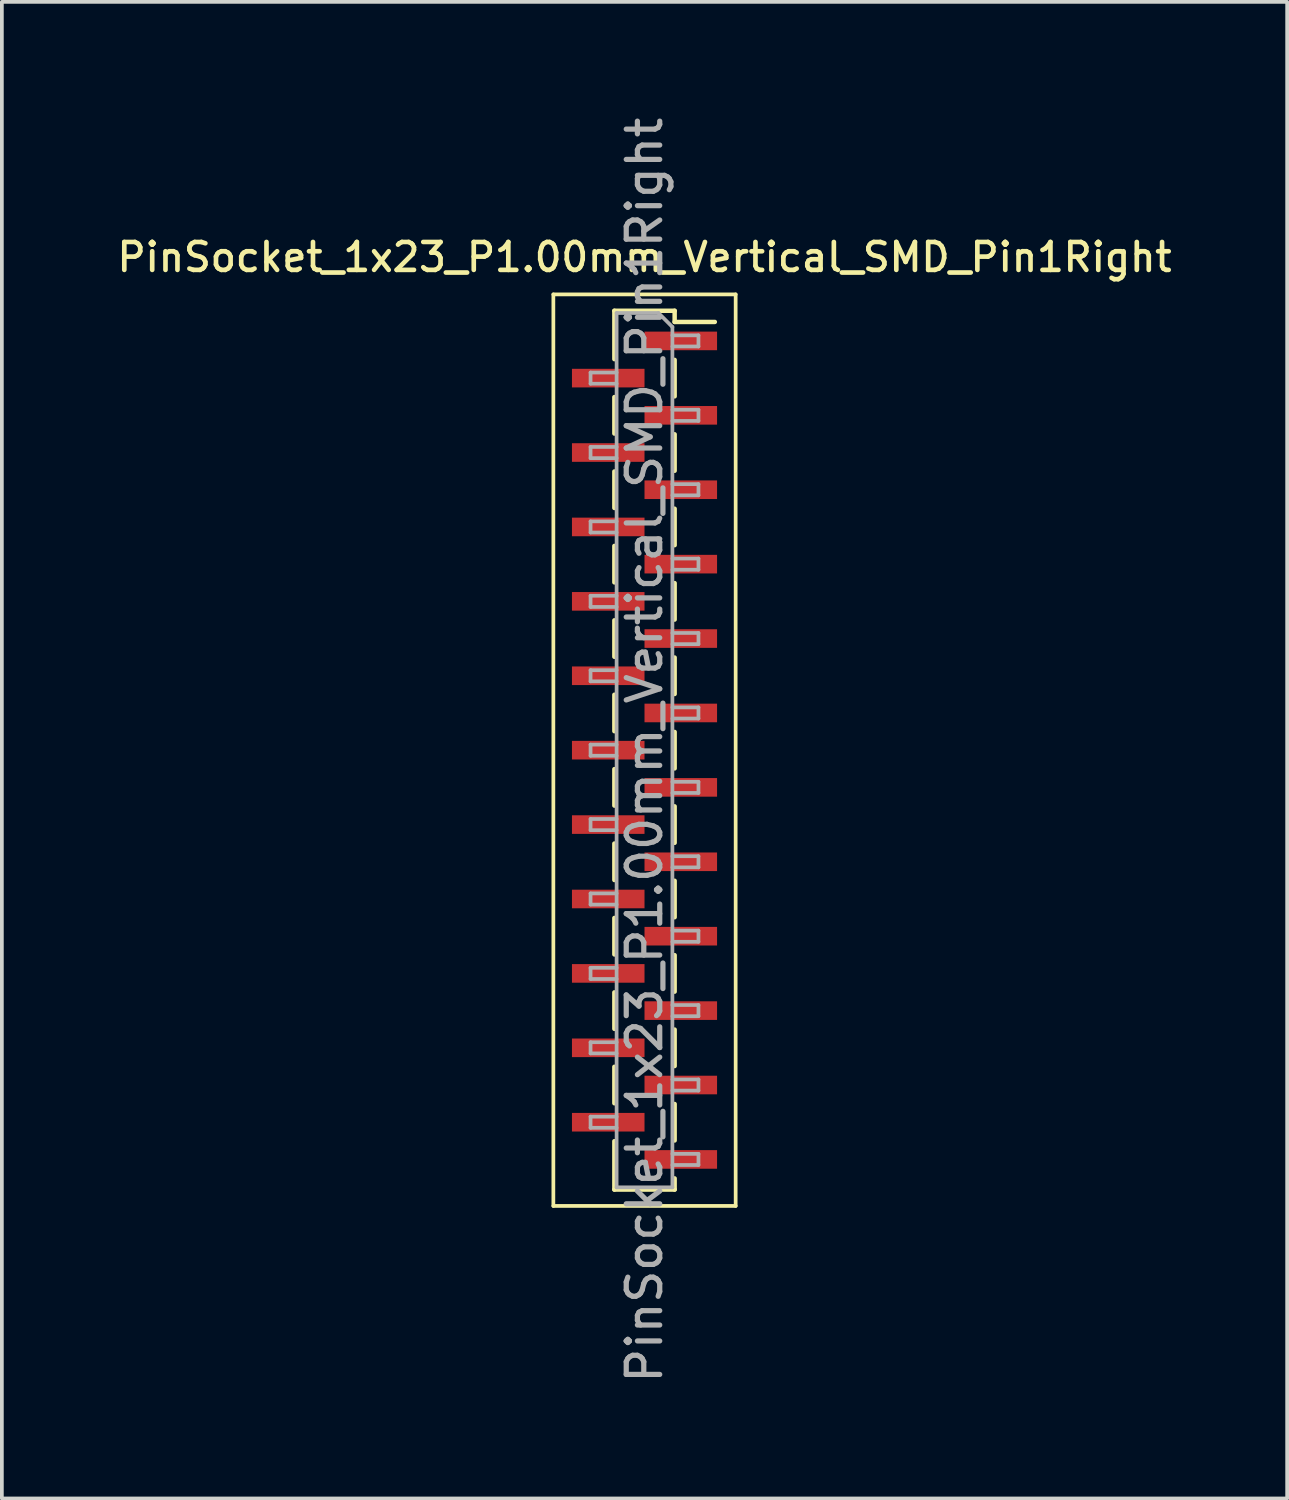
<source format=kicad_pcb>
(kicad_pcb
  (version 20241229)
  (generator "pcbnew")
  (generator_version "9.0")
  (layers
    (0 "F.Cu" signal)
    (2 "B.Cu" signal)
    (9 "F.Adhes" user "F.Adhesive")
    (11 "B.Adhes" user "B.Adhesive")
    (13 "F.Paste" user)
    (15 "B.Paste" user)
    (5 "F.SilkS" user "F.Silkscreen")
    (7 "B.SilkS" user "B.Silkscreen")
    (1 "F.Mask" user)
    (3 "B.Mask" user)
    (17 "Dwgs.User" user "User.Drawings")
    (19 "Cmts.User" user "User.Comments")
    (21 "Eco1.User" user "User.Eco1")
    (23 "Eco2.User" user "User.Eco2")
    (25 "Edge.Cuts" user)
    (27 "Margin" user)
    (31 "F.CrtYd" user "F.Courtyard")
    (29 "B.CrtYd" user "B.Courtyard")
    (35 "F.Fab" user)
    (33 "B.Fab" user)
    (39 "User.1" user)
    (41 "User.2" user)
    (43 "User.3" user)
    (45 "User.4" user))
  (footprint "PinSocket_1x23_P1.00mm_Vertical_SMD_Pin1Right"
    (layer "F.Cu")
    (at 14.273 17.113)
    (property "Reference" "PinSocket_1x23_P1.00mm_Vertical_SMD_Pin1Right" (at 0 -13.25 0) (layer "F.SilkS") (effects (font (size 0.75 0.75) (thickness 0.125))))
    (attr smd)
    (fp_line (start -2.45 -12.25) (end 2.45 -12.25) (stroke (width 0.1) (type solid)) (layer "F.SilkS"))
    (fp_line (start -2.45 12.25) (end -2.45 -12.25) (stroke (width 0.1) (type solid)) (layer "F.SilkS"))
    (fp_line (start -0.81 -11.81) (end -0.81 -10.51) (stroke (width 0.12) (type solid)) (layer "F.SilkS"))
    (fp_line (start -0.81 -11.81) (end 0.81 -11.81) (stroke (width 0.12) (type solid)) (layer "F.SilkS"))
    (fp_line (start -0.81 -9.49) (end -0.81 -8.51) (stroke (width 0.12) (type solid)) (layer "F.SilkS"))
    (fp_line (start -0.81 -7.49) (end -0.81 -6.51) (stroke (width 0.12) (type solid)) (layer "F.SilkS"))
    (fp_line (start -0.81 -5.49) (end -0.81 -4.51) (stroke (width 0.12) (type solid)) (layer "F.SilkS"))
    (fp_line (start -0.81 -3.49) (end -0.81 -2.51) (stroke (width 0.12) (type solid)) (layer "F.SilkS"))
    (fp_line (start -0.81 -1.49) (end -0.81 -0.51) (stroke (width 0.12) (type solid)) (layer "F.SilkS"))
    (fp_line (start -0.81 0.51) (end -0.81 1.49) (stroke (width 0.12) (type solid)) (layer "F.SilkS"))
    (fp_line (start -0.81 2.51) (end -0.81 3.49) (stroke (width 0.12) (type solid)) (layer "F.SilkS"))
    (fp_line (start -0.81 4.51) (end -0.81 5.49) (stroke (width 0.12) (type solid)) (layer "F.SilkS"))
    (fp_line (start -0.81 6.51) (end -0.81 7.49) (stroke (width 0.12) (type solid)) (layer "F.SilkS"))
    (fp_line (start -0.81 8.51) (end -0.81 9.49) (stroke (width 0.12) (type solid)) (layer "F.SilkS"))
    (fp_line (start -0.81 10.51) (end -0.81 11.81) (stroke (width 0.12) (type solid)) (layer "F.SilkS"))
    (fp_line (start -0.81 11.81) (end 0.81 11.81) (stroke (width 0.12) (type solid)) (layer "F.SilkS"))
    (fp_line (start 0.81 -11.81) (end 0.81 -11.51) (stroke (width 0.12) (type solid)) (layer "F.SilkS"))
    (fp_line (start 0.81 -11.51) (end 1.89 -11.51) (stroke (width 0.12) (type solid)) (layer "F.SilkS"))
    (fp_line (start 0.81 -10.49) (end 0.81 -9.51) (stroke (width 0.12) (type solid)) (layer "F.SilkS"))
    (fp_line (start 0.81 -8.49) (end 0.81 -7.51) (stroke (width 0.12) (type solid)) (layer "F.SilkS"))
    (fp_line (start 0.81 -6.49) (end 0.81 -5.51) (stroke (width 0.12) (type solid)) (layer "F.SilkS"))
    (fp_line (start 0.81 -4.49) (end 0.81 -3.51) (stroke (width 0.12) (type solid)) (layer "F.SilkS"))
    (fp_line (start 0.81 -2.49) (end 0.81 -1.51) (stroke (width 0.12) (type solid)) (layer "F.SilkS"))
    (fp_line (start 0.81 -0.49) (end 0.81 0.49) (stroke (width 0.12) (type solid)) (layer "F.SilkS"))
    (fp_line (start 0.81 1.51) (end 0.81 2.49) (stroke (width 0.12) (type solid)) (layer "F.SilkS"))
    (fp_line (start 0.81 3.51) (end 0.81 4.49) (stroke (width 0.12) (type solid)) (layer "F.SilkS"))
    (fp_line (start 0.81 5.51) (end 0.81 6.49) (stroke (width 0.12) (type solid)) (layer "F.SilkS"))
    (fp_line (start 0.81 7.51) (end 0.81 8.49) (stroke (width 0.12) (type solid)) (layer "F.SilkS"))
    (fp_line (start 0.81 9.51) (end 0.81 10.49) (stroke (width 0.12) (type solid)) (layer "F.SilkS"))
    (fp_line (start 0.81 11.51) (end 0.81 11.81) (stroke (width 0.12) (type solid)) (layer "F.SilkS"))
    (fp_line (start 2.45 -12.25) (end 2.45 12.25) (stroke (width 0.1) (type solid)) (layer "F.SilkS"))
    (fp_line (start 2.45 12.25) (end -2.45 12.25) (stroke (width 0.1) (type solid)) (layer "F.SilkS"))
    (fp_line (start -1.45 -10.15) (end -0.75 -10.15) (stroke (width 0.1) (type solid)) (layer "F.Fab"))
    (fp_line (start -1.45 -9.85) (end -1.45 -10.15) (stroke (width 0.1) (type solid)) (layer "F.Fab"))
    (fp_line (start -1.45 -8.15) (end -0.75 -8.15) (stroke (width 0.1) (type solid)) (layer "F.Fab"))
    (fp_line (start -1.45 -7.85) (end -1.45 -8.15) (stroke (width 0.1) (type solid)) (layer "F.Fab"))
    (fp_line (start -1.45 -6.15) (end -0.75 -6.15) (stroke (width 0.1) (type solid)) (layer "F.Fab"))
    (fp_line (start -1.45 -5.85) (end -1.45 -6.15) (stroke (width 0.1) (type solid)) (layer "F.Fab"))
    (fp_line (start -1.45 -4.15) (end -0.75 -4.15) (stroke (width 0.1) (type solid)) (layer "F.Fab"))
    (fp_line (start -1.45 -3.85) (end -1.45 -4.15) (stroke (width 0.1) (type solid)) (layer "F.Fab"))
    (fp_line (start -1.45 -2.15) (end -0.75 -2.15) (stroke (width 0.1) (type solid)) (layer "F.Fab"))
    (fp_line (start -1.45 -1.85) (end -1.45 -2.15) (stroke (width 0.1) (type solid)) (layer "F.Fab"))
    (fp_line (start -1.45 -0.15) (end -0.75 -0.15) (stroke (width 0.1) (type solid)) (layer "F.Fab"))
    (fp_line (start -1.45 0.15) (end -1.45 -0.15) (stroke (width 0.1) (type solid)) (layer "F.Fab"))
    (fp_line (start -1.45 1.85) (end -0.75 1.85) (stroke (width 0.1) (type solid)) (layer "F.Fab"))
    (fp_line (start -1.45 2.15) (end -1.45 1.85) (stroke (width 0.1) (type solid)) (layer "F.Fab"))
    (fp_line (start -1.45 3.85) (end -0.75 3.85) (stroke (width 0.1) (type solid)) (layer "F.Fab"))
    (fp_line (start -1.45 4.15) (end -1.45 3.85) (stroke (width 0.1) (type solid)) (layer "F.Fab"))
    (fp_line (start -1.45 5.85) (end -0.75 5.85) (stroke (width 0.1) (type solid)) (layer "F.Fab"))
    (fp_line (start -1.45 6.15) (end -1.45 5.85) (stroke (width 0.1) (type solid)) (layer "F.Fab"))
    (fp_line (start -1.45 7.85) (end -0.75 7.85) (stroke (width 0.1) (type solid)) (layer "F.Fab"))
    (fp_line (start -1.45 8.15) (end -1.45 7.85) (stroke (width 0.1) (type solid)) (layer "F.Fab"))
    (fp_line (start -1.45 9.85) (end -0.75 9.85) (stroke (width 0.1) (type solid)) (layer "F.Fab"))
    (fp_line (start -1.45 10.15) (end -1.45 9.85) (stroke (width 0.1) (type solid)) (layer "F.Fab"))
    (fp_line (start -0.75 -11.75) (end 0.375 -11.75) (stroke (width 0.1) (type solid)) (layer "F.Fab"))
    (fp_line (start -0.75 -9.85) (end -1.45 -9.85) (stroke (width 0.1) (type solid)) (layer "F.Fab"))
    (fp_line (start -0.75 -7.85) (end -1.45 -7.85) (stroke (width 0.1) (type solid)) (layer "F.Fab"))
    (fp_line (start -0.75 -5.85) (end -1.45 -5.85) (stroke (width 0.1) (type solid)) (layer "F.Fab"))
    (fp_line (start -0.75 -3.85) (end -1.45 -3.85) (stroke (width 0.1) (type solid)) (layer "F.Fab"))
    (fp_line (start -0.75 -1.85) (end -1.45 -1.85) (stroke (width 0.1) (type solid)) (layer "F.Fab"))
    (fp_line (start -0.75 0.15) (end -1.45 0.15) (stroke (width 0.1) (type solid)) (layer "F.Fab"))
    (fp_line (start -0.75 2.15) (end -1.45 2.15) (stroke (width 0.1) (type solid)) (layer "F.Fab"))
    (fp_line (start -0.75 4.15) (end -1.45 4.15) (stroke (width 0.1) (type solid)) (layer "F.Fab"))
    (fp_line (start -0.75 6.15) (end -1.45 6.15) (stroke (width 0.1) (type solid)) (layer "F.Fab"))
    (fp_line (start -0.75 8.15) (end -1.45 8.15) (stroke (width 0.1) (type solid)) (layer "F.Fab"))
    (fp_line (start -0.75 10.15) (end -1.45 10.15) (stroke (width 0.1) (type solid)) (layer "F.Fab"))
    (fp_line (start -0.75 11.75) (end -0.75 -11.75) (stroke (width 0.1) (type solid)) (layer "F.Fab"))
    (fp_line (start 0.375 -11.75) (end 0.75 -11.375) (stroke (width 0.1) (type solid)) (layer "F.Fab"))
    (fp_line (start 0.75 -11.375) (end 0.75 11.75) (stroke (width 0.1) (type solid)) (layer "F.Fab"))
    (fp_line (start 0.75 -11.15) (end 1.45 -11.15) (stroke (width 0.1) (type solid)) (layer "F.Fab"))
    (fp_line (start 0.75 -9.15) (end 1.45 -9.15) (stroke (width 0.1) (type solid)) (layer "F.Fab"))
    (fp_line (start 0.75 -7.15) (end 1.45 -7.15) (stroke (width 0.1) (type solid)) (layer "F.Fab"))
    (fp_line (start 0.75 -5.15) (end 1.45 -5.15) (stroke (width 0.1) (type solid)) (layer "F.Fab"))
    (fp_line (start 0.75 -3.15) (end 1.45 -3.15) (stroke (width 0.1) (type solid)) (layer "F.Fab"))
    (fp_line (start 0.75 -1.15) (end 1.45 -1.15) (stroke (width 0.1) (type solid)) (layer "F.Fab"))
    (fp_line (start 0.75 0.85) (end 1.45 0.85) (stroke (width 0.1) (type solid)) (layer "F.Fab"))
    (fp_line (start 0.75 2.85) (end 1.45 2.85) (stroke (width 0.1) (type solid)) (layer "F.Fab"))
    (fp_line (start 0.75 4.85) (end 1.45 4.85) (stroke (width 0.1) (type solid)) (layer "F.Fab"))
    (fp_line (start 0.75 6.85) (end 1.45 6.85) (stroke (width 0.1) (type solid)) (layer "F.Fab"))
    (fp_line (start 0.75 8.85) (end 1.45 8.85) (stroke (width 0.1) (type solid)) (layer "F.Fab"))
    (fp_line (start 0.75 10.85) (end 1.45 10.85) (stroke (width 0.1) (type solid)) (layer "F.Fab"))
    (fp_line (start 0.75 11.75) (end -0.75 11.75) (stroke (width 0.1) (type solid)) (layer "F.Fab"))
    (fp_line (start 1.45 -11.15) (end 1.45 -10.85) (stroke (width 0.1) (type solid)) (layer "F.Fab"))
    (fp_line (start 1.45 -10.85) (end 0.75 -10.85) (stroke (width 0.1) (type solid)) (layer "F.Fab"))
    (fp_line (start 1.45 -9.15) (end 1.45 -8.85) (stroke (width 0.1) (type solid)) (layer "F.Fab"))
    (fp_line (start 1.45 -8.85) (end 0.75 -8.85) (stroke (width 0.1) (type solid)) (layer "F.Fab"))
    (fp_line (start 1.45 -7.15) (end 1.45 -6.85) (stroke (width 0.1) (type solid)) (layer "F.Fab"))
    (fp_line (start 1.45 -6.85) (end 0.75 -6.85) (stroke (width 0.1) (type solid)) (layer "F.Fab"))
    (fp_line (start 1.45 -5.15) (end 1.45 -4.85) (stroke (width 0.1) (type solid)) (layer "F.Fab"))
    (fp_line (start 1.45 -4.85) (end 0.75 -4.85) (stroke (width 0.1) (type solid)) (layer "F.Fab"))
    (fp_line (start 1.45 -3.15) (end 1.45 -2.85) (stroke (width 0.1) (type solid)) (layer "F.Fab"))
    (fp_line (start 1.45 -2.85) (end 0.75 -2.85) (stroke (width 0.1) (type solid)) (layer "F.Fab"))
    (fp_line (start 1.45 -1.15) (end 1.45 -0.85) (stroke (width 0.1) (type solid)) (layer "F.Fab"))
    (fp_line (start 1.45 -0.85) (end 0.75 -0.85) (stroke (width 0.1) (type solid)) (layer "F.Fab"))
    (fp_line (start 1.45 0.85) (end 1.45 1.15) (stroke (width 0.1) (type solid)) (layer "F.Fab"))
    (fp_line (start 1.45 1.15) (end 0.75 1.15) (stroke (width 0.1) (type solid)) (layer "F.Fab"))
    (fp_line (start 1.45 2.85) (end 1.45 3.15) (stroke (width 0.1) (type solid)) (layer "F.Fab"))
    (fp_line (start 1.45 3.15) (end 0.75 3.15) (stroke (width 0.1) (type solid)) (layer "F.Fab"))
    (fp_line (start 1.45 4.85) (end 1.45 5.15) (stroke (width 0.1) (type solid)) (layer "F.Fab"))
    (fp_line (start 1.45 5.15) (end 0.75 5.15) (stroke (width 0.1) (type solid)) (layer "F.Fab"))
    (fp_line (start 1.45 6.85) (end 1.45 7.15) (stroke (width 0.1) (type solid)) (layer "F.Fab"))
    (fp_line (start 1.45 7.15) (end 0.75 7.15) (stroke (width 0.1) (type solid)) (layer "F.Fab"))
    (fp_line (start 1.45 8.85) (end 1.45 9.15) (stroke (width 0.1) (type solid)) (layer "F.Fab"))
    (fp_line (start 1.45 9.15) (end 0.75 9.15) (stroke (width 0.1) (type solid)) (layer "F.Fab"))
    (fp_line (start 1.45 10.85) (end 1.45 11.15) (stroke (width 0.1) (type solid)) (layer "F.Fab"))
    (fp_line (start 1.45 11.15) (end 0.75 11.15) (stroke (width 0.1) (type solid)) (layer "F.Fab"))
    (fp_text user "${REFERENCE}" (at 0 0 90) (layer "F.Fab") (effects (font (size 0.9 0.9) (thickness 0.14))))
    (pad "1" smd rect (at 0.975 -11) (size 1.95 0.5) (layers "F.Cu" "F.Mask" "F.Paste"))
    (pad "2" smd rect (at -0.975 -10) (size 1.95 0.5) (layers "F.Cu" "F.Mask" "F.Paste"))
    (pad "3" smd rect (at 0.975 -9) (size 1.95 0.5) (layers "F.Cu" "F.Mask" "F.Paste"))
    (pad "4" smd rect (at -0.975 -8) (size 1.95 0.5) (layers "F.Cu" "F.Mask" "F.Paste"))
    (pad "5" smd rect (at 0.975 -7) (size 1.95 0.5) (layers "F.Cu" "F.Mask" "F.Paste"))
    (pad "6" smd rect (at -0.975 -6) (size 1.95 0.5) (layers "F.Cu" "F.Mask" "F.Paste"))
    (pad "7" smd rect (at 0.975 -5) (size 1.95 0.5) (layers "F.Cu" "F.Mask" "F.Paste"))
    (pad "8" smd rect (at -0.975 -4) (size 1.95 0.5) (layers "F.Cu" "F.Mask" "F.Paste"))
    (pad "9" smd rect (at 0.975 -3) (size 1.95 0.5) (layers "F.Cu" "F.Mask" "F.Paste"))
    (pad "10" smd rect (at -0.975 -2) (size 1.95 0.5) (layers "F.Cu" "F.Mask" "F.Paste"))
    (pad "11" smd rect (at 0.975 -1) (size 1.95 0.5) (layers "F.Cu" "F.Mask" "F.Paste"))
    (pad "12" smd rect (at -0.975 0) (size 1.95 0.5) (layers "F.Cu" "F.Mask" "F.Paste"))
    (pad "13" smd rect (at 0.975 1) (size 1.95 0.5) (layers "F.Cu" "F.Mask" "F.Paste"))
    (pad "14" smd rect (at -0.975 2) (size 1.95 0.5) (layers "F.Cu" "F.Mask" "F.Paste"))
    (pad "15" smd rect (at 0.975 3) (size 1.95 0.5) (layers "F.Cu" "F.Mask" "F.Paste"))
    (pad "16" smd rect (at -0.975 4) (size 1.95 0.5) (layers "F.Cu" "F.Mask" "F.Paste"))
    (pad "17" smd rect (at 0.975 5) (size 1.95 0.5) (layers "F.Cu" "F.Mask" "F.Paste"))
    (pad "18" smd rect (at -0.975 6) (size 1.95 0.5) (layers "F.Cu" "F.Mask" "F.Paste"))
    (pad "19" smd rect (at 0.975 7) (size 1.95 0.5) (layers "F.Cu" "F.Mask" "F.Paste"))
    (pad "20" smd rect (at -0.975 8) (size 1.95 0.5) (layers "F.Cu" "F.Mask" "F.Paste"))
    (pad "21" smd rect (at 0.975 9) (size 1.95 0.5) (layers "F.Cu" "F.Mask" "F.Paste"))
    (pad "22" smd rect (at -0.975 10) (size 1.95 0.5) (layers "F.Cu" "F.Mask" "F.Paste"))
    (pad "23" smd rect (at 0.975 11) (size 1.95 0.5) (layers "F.Cu" "F.Mask" "F.Paste")))
  (gr_rect
    (start -3 -3)
    (end 31.546 37.226)
    (stroke (width 0.1) (type default))
    (fill no)
    (layer "Edge.Cuts")))
</source>
